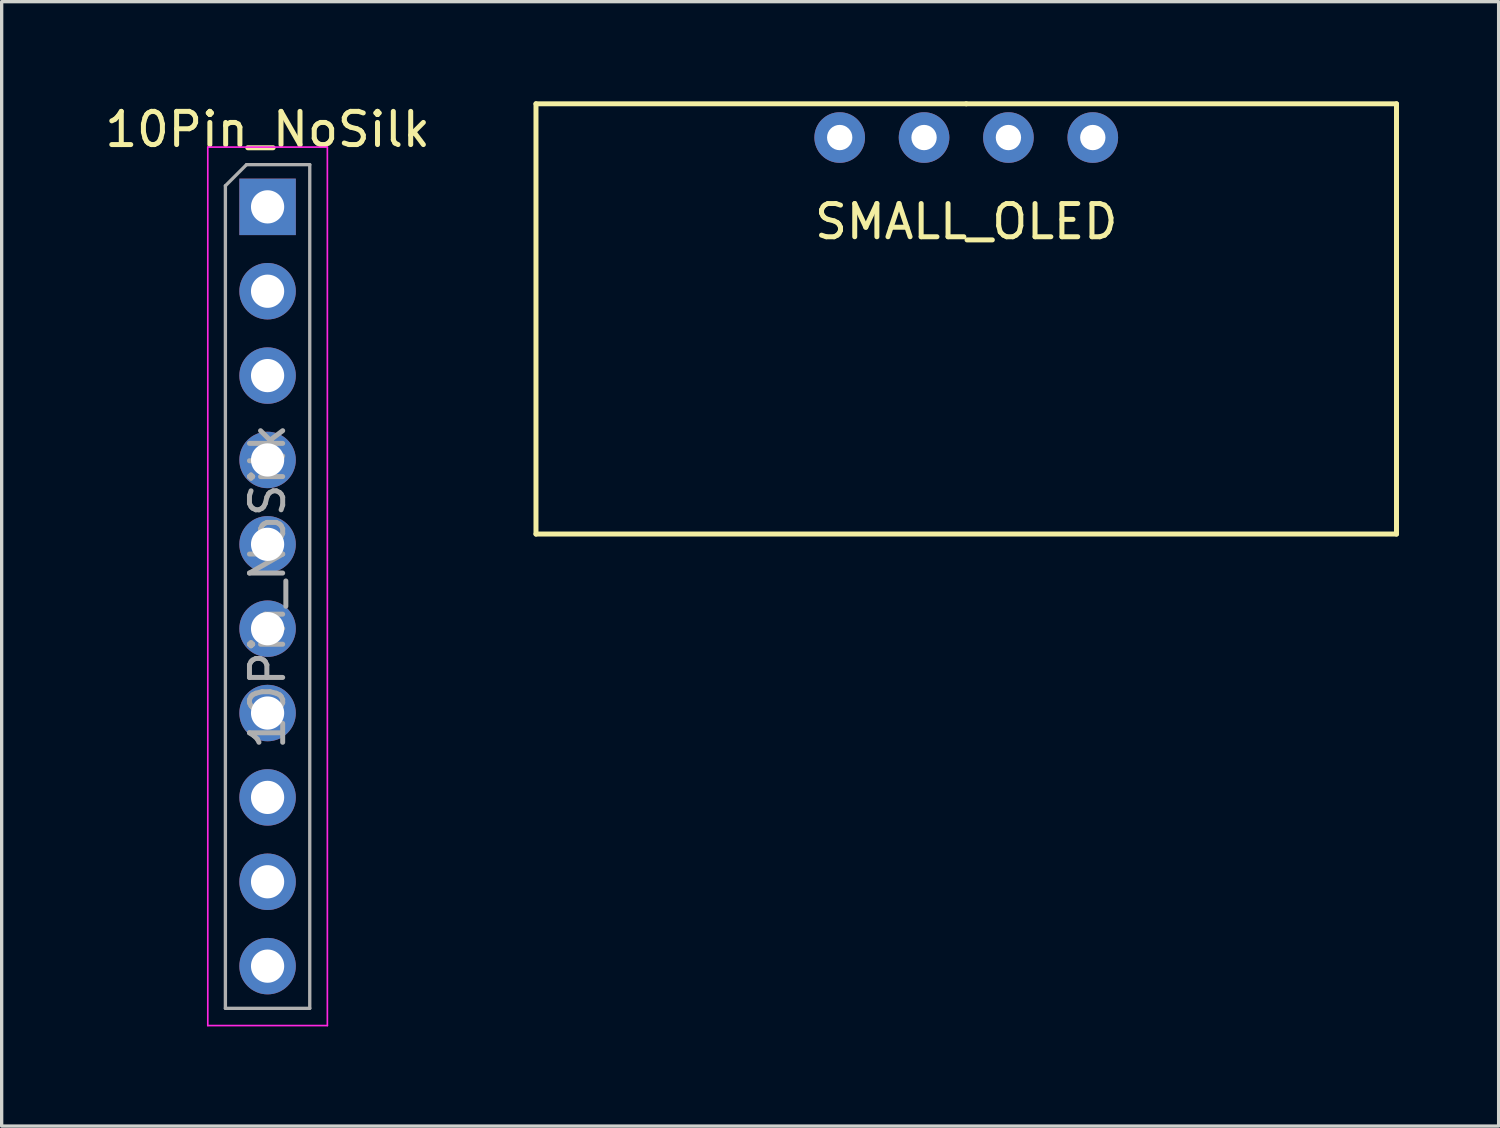
<source format=kicad_pcb>
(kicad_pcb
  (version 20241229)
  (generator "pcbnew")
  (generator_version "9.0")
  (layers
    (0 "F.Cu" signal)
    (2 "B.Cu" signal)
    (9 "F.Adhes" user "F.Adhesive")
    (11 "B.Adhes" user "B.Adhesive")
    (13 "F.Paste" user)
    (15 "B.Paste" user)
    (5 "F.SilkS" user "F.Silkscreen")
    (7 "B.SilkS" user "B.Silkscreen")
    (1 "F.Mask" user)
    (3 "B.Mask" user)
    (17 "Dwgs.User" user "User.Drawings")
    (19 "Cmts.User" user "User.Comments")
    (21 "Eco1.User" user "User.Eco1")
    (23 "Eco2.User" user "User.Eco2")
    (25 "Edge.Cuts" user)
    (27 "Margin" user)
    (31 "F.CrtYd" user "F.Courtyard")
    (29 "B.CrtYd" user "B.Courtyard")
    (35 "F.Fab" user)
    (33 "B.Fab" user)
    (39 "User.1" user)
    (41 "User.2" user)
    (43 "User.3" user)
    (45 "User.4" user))
  (footprint "10Pin_NoSilk"
    (layer "F.Cu")
    (at 5.006 3.178)
    (property "Reference" "10Pin_NoSilk" (at 0 -2.33 0) (layer "F.SilkS") (effects (font (size 1 1) (thickness 0.15))))
    (attr through_hole)
    (fp_line (start -1.8 -1.8) (end -1.8 24.65) (stroke (width 0.05) (type solid)) (layer "F.CrtYd"))
    (fp_line (start -1.8 24.65) (end 1.8 24.65) (stroke (width 0.05) (type solid)) (layer "F.CrtYd"))
    (fp_line (start 1.8 -1.8) (end -1.8 -1.8) (stroke (width 0.05) (type solid)) (layer "F.CrtYd"))
    (fp_line (start 1.8 24.65) (end 1.8 -1.8) (stroke (width 0.05) (type solid)) (layer "F.CrtYd"))
    (fp_line (start -1.27 -0.635) (end -0.635 -1.27) (stroke (width 0.1) (type solid)) (layer "F.Fab"))
    (fp_line (start -1.27 24.13) (end -1.27 -0.635) (stroke (width 0.1) (type solid)) (layer "F.Fab"))
    (fp_line (start -0.635 -1.27) (end 1.27 -1.27) (stroke (width 0.1) (type solid)) (layer "F.Fab"))
    (fp_line (start 1.27 -1.27) (end 1.27 24.13) (stroke (width 0.1) (type solid)) (layer "F.Fab"))
    (fp_line (start 1.27 24.13) (end -1.27 24.13) (stroke (width 0.1) (type solid)) (layer "F.Fab"))
    (fp_text user "${REFERENCE}" (at 0 11.43 90) (layer "F.Fab") (effects (font (size 1 1) (thickness 0.15))))
    (pad "1" thru_hole rect (at 0 0) (size 1.7 1.7) (drill 1) (layers "*.Cu" "*.Mask"))
    (pad "2" thru_hole oval (at 0 2.54) (size 1.7 1.7) (drill 1) (layers "*.Cu" "*.Mask"))
    (pad "3" thru_hole oval (at 0 5.08) (size 1.7 1.7) (drill 1) (layers "*.Cu" "*.Mask"))
    (pad "4" thru_hole oval (at 0 7.62) (size 1.7 1.7) (drill 1) (layers "*.Cu" "*.Mask"))
    (pad "5" thru_hole oval (at 0 10.16) (size 1.7 1.7) (drill 1) (layers "*.Cu" "*.Mask"))
    (pad "6" thru_hole oval (at 0 12.7) (size 1.7 1.7) (drill 1) (layers "*.Cu" "*.Mask"))
    (pad "7" thru_hole oval (at 0 15.24) (size 1.7 1.7) (drill 1) (layers "*.Cu" "*.Mask"))
    (pad "8" thru_hole oval (at 0 17.78) (size 1.7 1.7) (drill 1) (layers "*.Cu" "*.Mask"))
    (pad "9" thru_hole oval (at 0 20.32) (size 1.7 1.7) (drill 1) (layers "*.Cu" "*.Mask"))
    (pad "10" thru_hole oval (at 0 22.86) (size 1.7 1.7) (drill 1) (layers "*.Cu" "*.Mask")))
  (footprint "SMALL_OLED"
    (layer "F.Cu")
    (at 26.041 3.123)
    (property "Reference" "SMALL_OLED" (at 0 0.5 0) (layer "F.SilkS") (effects (font (size 1 1) (thickness 0.15))))
    (attr through_hole)
    (fp_line (start -12.954 -3.048) (end -12.954 9.906) (stroke (width 0.15) (type solid)) (layer "F.SilkS"))
    (fp_line (start -12.954 9.906) (end 12.954 9.906) (stroke (width 0.15) (type solid)) (layer "F.SilkS"))
    (fp_line (start 0 -3.048) (end -12.954 -3.048) (stroke (width 0.15) (type solid)) (layer "F.SilkS"))
    (fp_line (start 12.954 -3.048) (end 0 -3.048) (stroke (width 0.15) (type solid)) (layer "F.SilkS"))
    (fp_line (start 12.954 9.906) (end 12.954 -3.048) (stroke (width 0.15) (type solid)) (layer "F.SilkS"))
    (pad "1" thru_hole circle (at -3.81 -2.032) (size 1.524 1.524) (drill 0.762) (layers "*.Cu" "*.Mask"))
    (pad "2" thru_hole circle (at -1.27 -2.032) (size 1.524 1.524) (drill 0.762) (layers "*.Cu" "*.Mask"))
    (pad "3" thru_hole circle (at 1.27 -2.032) (size 1.524 1.524) (drill 0.762) (layers "*.Cu" "*.Mask"))
    (pad "4" thru_hole circle (at 3.81 -2.032) (size 1.524 1.524) (drill 0.762) (layers "*.Cu" "*.Mask")))
  (gr_rect
    (start -3 -3)
    (end 42.07 30.853)
    (stroke (width 0.1) (type default))
    (fill no)
    (layer "Edge.Cuts")))
</source>
